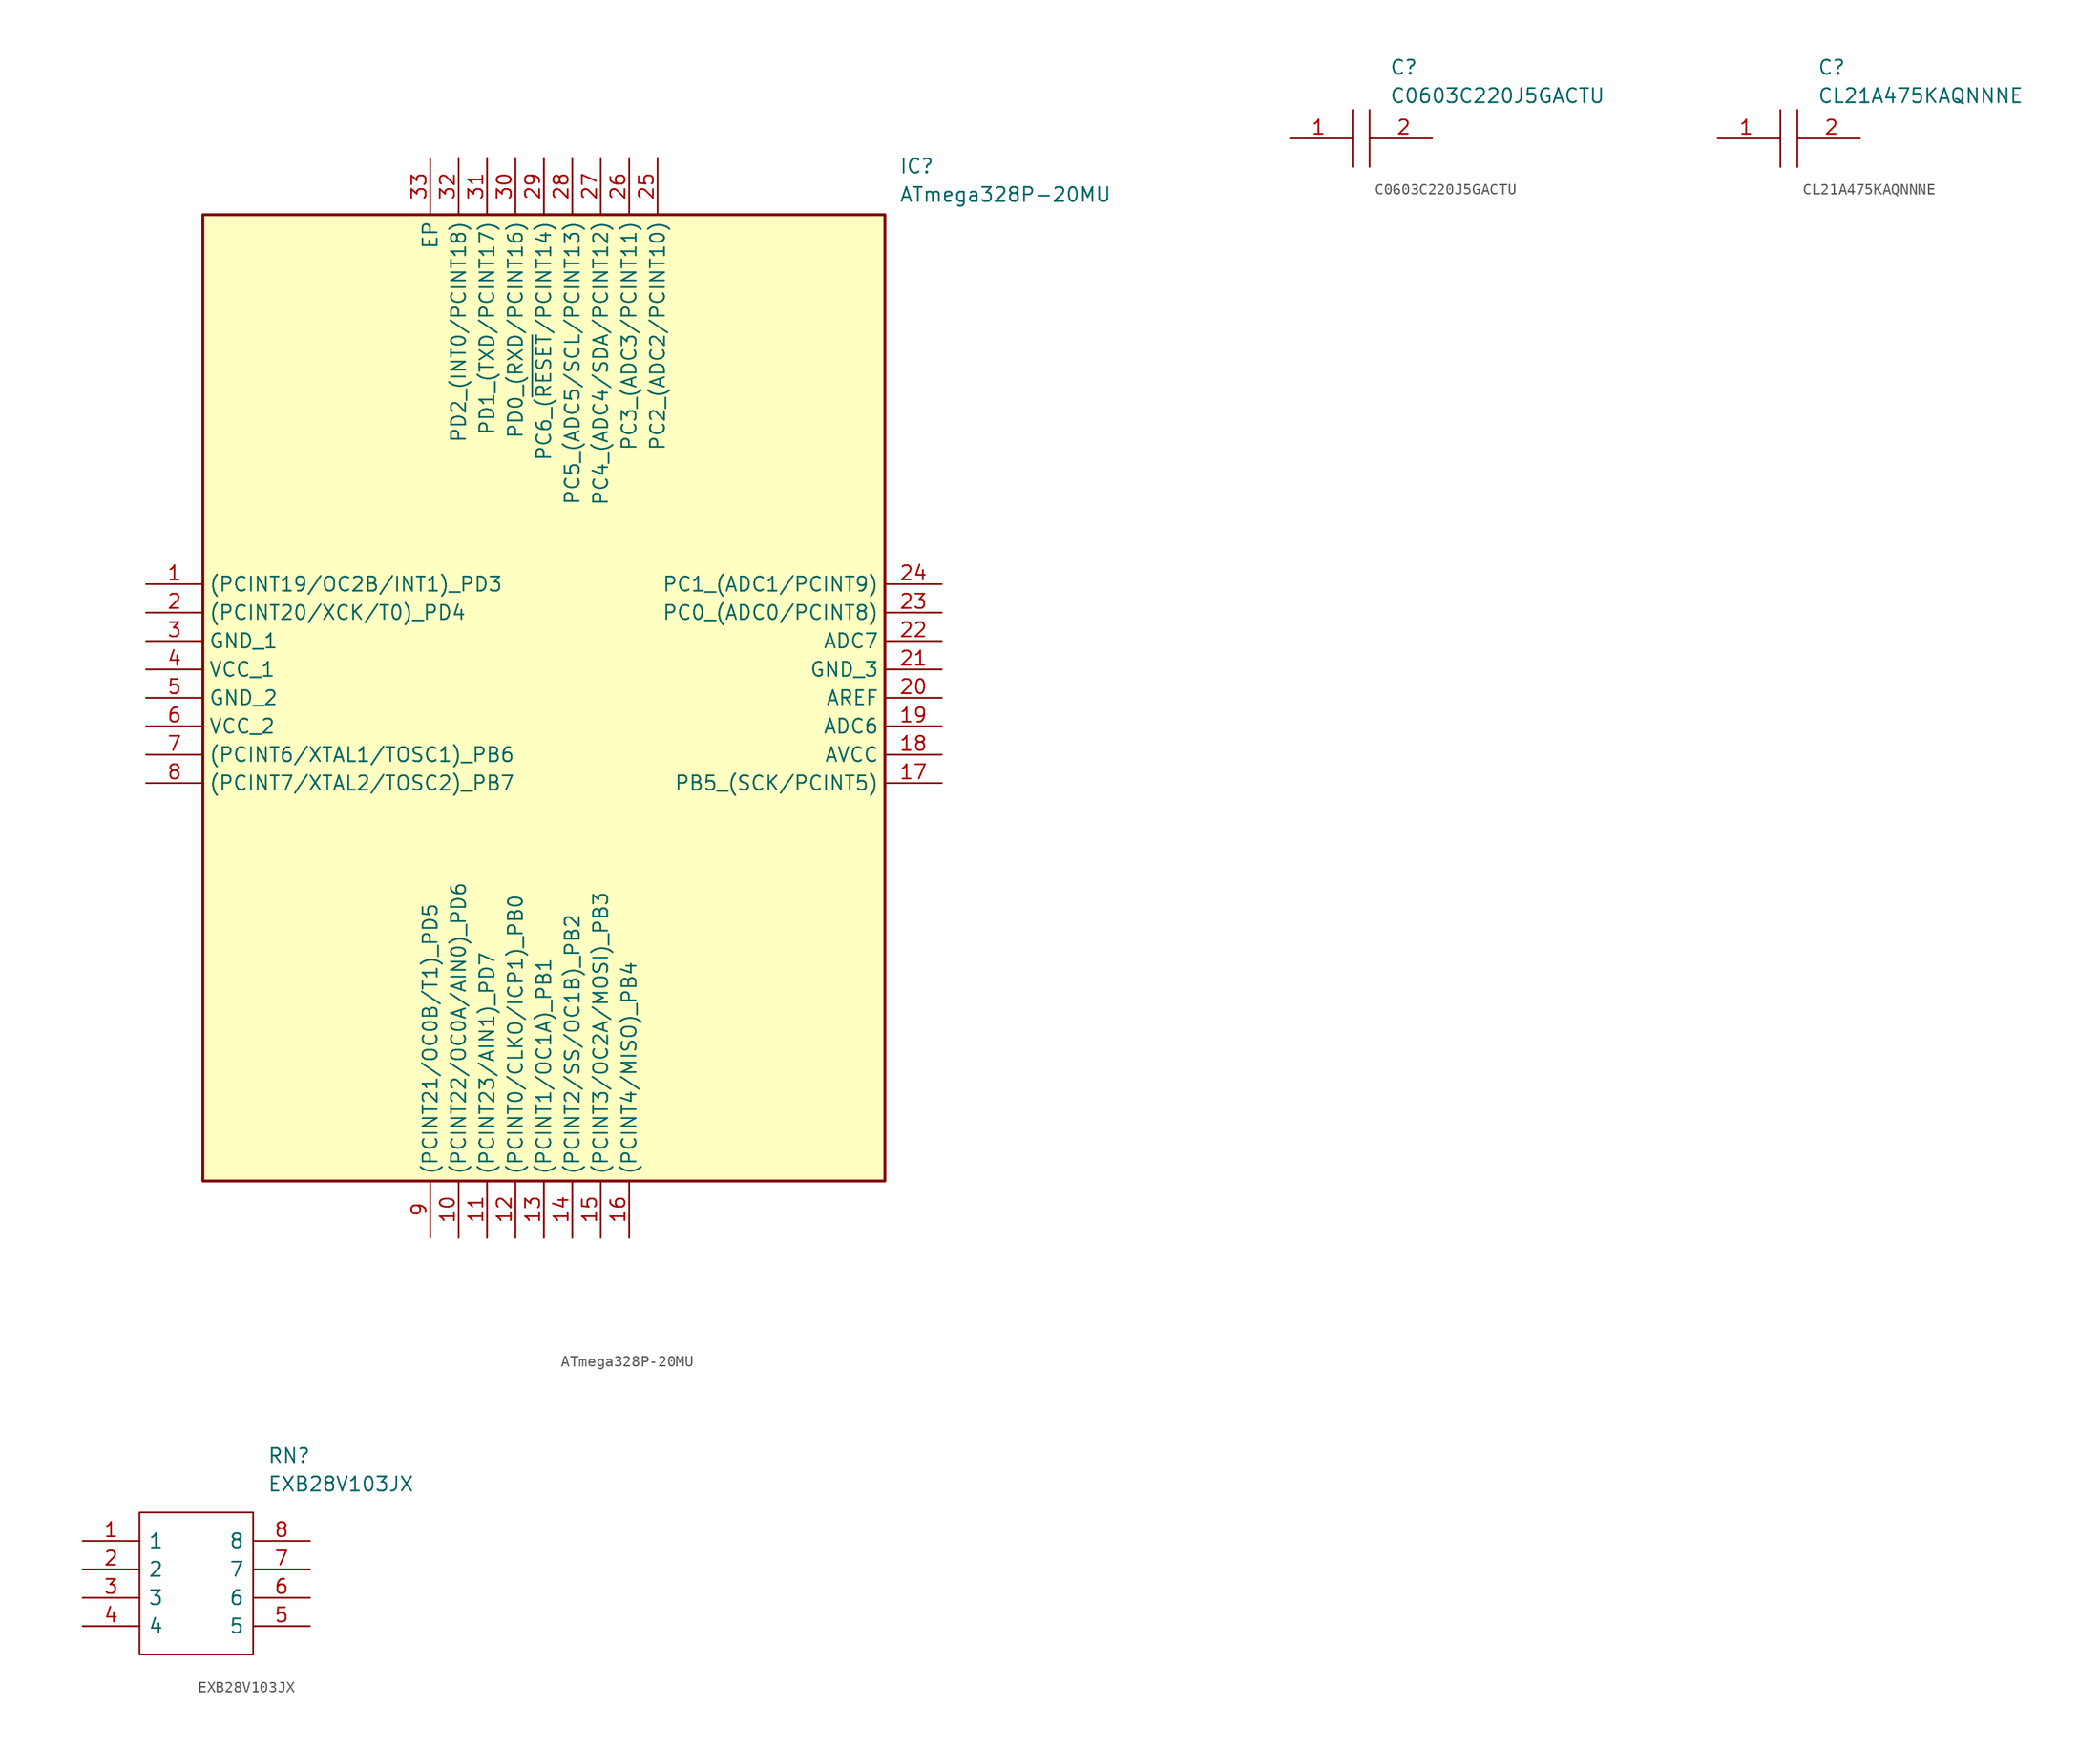
<source format=kicad_sym>
(kicad_symbol_lib
  (version 20241209)
  (generator "kicad_symbol_editor")
  (generator_version "9.0")
  (symbol "ATmega328P-20MU"
    (property "Reference" "IC"
      (at 67.31 38.1 0)
      (effects (font (size 1.27 1.27)) (justify left top)))
    (property "Value" "ATmega328P-20MU"
      (at 67.31 35.56 0)
      (effects (font (size 1.27 1.27)) (justify left top)))
    (symbol "ATmega328P-20MU_1_1"
      (rectangle (start 5.08 33.02) (end 66.04 -53.34) (stroke (width 0.254) (type default)) (fill (type background)))
      (pin passive line (at 0 0 0) (length 5.08) (name "(PCINT19/OC2B/INT1)_PD3" (effects (font (size 1.27 1.27)))) (number "1" (effects (font (size 1.27 1.27)))))
      (pin passive line (at 0 -2.54 0) (length 5.08) (name "(PCINT20/XCK/T0)_PD4" (effects (font (size 1.27 1.27)))) (number "2" (effects (font (size 1.27 1.27)))))
      (pin passive line (at 0 -5.08 0) (length 5.08) (name "GND_1" (effects (font (size 1.27 1.27)))) (number "3" (effects (font (size 1.27 1.27)))))
      (pin passive line (at 0 -7.62 0) (length 5.08) (name "VCC_1" (effects (font (size 1.27 1.27)))) (number "4" (effects (font (size 1.27 1.27)))))
      (pin passive line (at 0 -10.16 0) (length 5.08) (name "GND_2" (effects (font (size 1.27 1.27)))) (number "5" (effects (font (size 1.27 1.27)))))
      (pin passive line (at 0 -12.7 0) (length 5.08) (name "VCC_2" (effects (font (size 1.27 1.27)))) (number "6" (effects (font (size 1.27 1.27)))))
      (pin passive line (at 0 -15.24 0) (length 5.08) (name "(PCINT6/XTAL1/TOSC1)_PB6" (effects (font (size 1.27 1.27)))) (number "7" (effects (font (size 1.27 1.27)))))
      (pin passive line (at 0 -17.78 0) (length 5.08) (name "(PCINT7/XTAL2/TOSC2)_PB7" (effects (font (size 1.27 1.27)))) (number "8" (effects (font (size 1.27 1.27)))))
      (pin passive line (at 25.4 38.1 270) (length 5.08) (name "EP" (effects (font (size 1.27 1.27)))) (number "33" (effects (font (size 1.27 1.27)))))
      (pin passive line (at 25.4 -58.42 90) (length 5.08) (name "(PCINT21/OC0B/T1)_PD5" (effects (font (size 1.27 1.27)))) (number "9" (effects (font (size 1.27 1.27)))))
      (pin passive line (at 27.94 38.1 270) (length 5.08) (name "PD2_(INT0/PCINT18)" (effects (font (size 1.27 1.27)))) (number "32" (effects (font (size 1.27 1.27)))))
      (pin passive line (at 27.94 -58.42 90) (length 5.08) (name "(PCINT22/OC0A/AIN0)_PD6" (effects (font (size 1.27 1.27)))) (number "10" (effects (font (size 1.27 1.27)))))
      (pin passive line (at 30.48 38.1 270) (length 5.08) (name "PD1_(TXD/PCINT17)" (effects (font (size 1.27 1.27)))) (number "31" (effects (font (size 1.27 1.27)))))
      (pin passive line (at 30.48 -58.42 90) (length 5.08) (name "(PCINT23/AIN1)_PD7" (effects (font (size 1.27 1.27)))) (number "11" (effects (font (size 1.27 1.27)))))
      (pin passive line (at 33.02 38.1 270) (length 5.08) (name "PD0_(RXD/PCINT16)" (effects (font (size 1.27 1.27)))) (number "30" (effects (font (size 1.27 1.27)))))
      (pin passive line (at 33.02 -58.42 90) (length 5.08) (name "(PCINT0/CLKO/ICP1)_PB0" (effects (font (size 1.27 1.27)))) (number "12" (effects (font (size 1.27 1.27)))))
      (pin passive line (at 35.56 38.1 270) (length 5.08) (name "PC6_(~{RESET}/PCINT14)" (effects (font (size 1.27 1.27)))) (number "29" (effects (font (size 1.27 1.27)))))
      (pin passive line (at 35.56 -58.42 90) (length 5.08) (name "(PCINT1/OC1A)_PB1" (effects (font (size 1.27 1.27)))) (number "13" (effects (font (size 1.27 1.27)))))
      (pin passive line (at 38.1 38.1 270) (length 5.08) (name "PC5_(ADC5/SCL/PCINT13)" (effects (font (size 1.27 1.27)))) (number "28" (effects (font (size 1.27 1.27)))))
      (pin passive line (at 38.1 -58.42 90) (length 5.08) (name "(PCINT2/SS/OC1B)_PB2" (effects (font (size 1.27 1.27)))) (number "14" (effects (font (size 1.27 1.27)))))
      (pin passive line (at 40.64 38.1 270) (length 5.08) (name "PC4_(ADC4/SDA/PCINT12)" (effects (font (size 1.27 1.27)))) (number "27" (effects (font (size 1.27 1.27)))))
      (pin passive line (at 40.64 -58.42 90) (length 5.08) (name "(PCINT3/OC2A/MOSI)_PB3" (effects (font (size 1.27 1.27)))) (number "15" (effects (font (size 1.27 1.27)))))
      (pin passive line (at 43.18 38.1 270) (length 5.08) (name "PC3_(ADC3/PCINT11)" (effects (font (size 1.27 1.27)))) (number "26" (effects (font (size 1.27 1.27)))))
      (pin passive line (at 43.18 -58.42 90) (length 5.08) (name "(PCINT4/MISO)_PB4" (effects (font (size 1.27 1.27)))) (number "16" (effects (font (size 1.27 1.27)))))
      (pin passive line (at 45.72 38.1 270) (length 5.08) (name "PC2_(ADC2/PCINT10)" (effects (font (size 1.27 1.27)))) (number "25" (effects (font (size 1.27 1.27)))))
      (pin passive line (at 71.12 0 180) (length 5.08) (name "PC1_(ADC1/PCINT9)" (effects (font (size 1.27 1.27)))) (number "24" (effects (font (size 1.27 1.27)))))
      (pin passive line (at 71.12 -2.54 180) (length 5.08) (name "PC0_(ADC0/PCINT8)" (effects (font (size 1.27 1.27)))) (number "23" (effects (font (size 1.27 1.27)))))
      (pin passive line (at 71.12 -5.08 180) (length 5.08) (name "ADC7" (effects (font (size 1.27 1.27)))) (number "22" (effects (font (size 1.27 1.27)))))
      (pin passive line (at 71.12 -7.62 180) (length 5.08) (name "GND_3" (effects (font (size 1.27 1.27)))) (number "21" (effects (font (size 1.27 1.27)))))
      (pin passive line (at 71.12 -10.16 180) (length 5.08) (name "AREF" (effects (font (size 1.27 1.27)))) (number "20" (effects (font (size 1.27 1.27)))))
      (pin passive line (at 71.12 -12.7 180) (length 5.08) (name "ADC6" (effects (font (size 1.27 1.27)))) (number "19" (effects (font (size 1.27 1.27)))))
      (pin passive line (at 71.12 -15.24 180) (length 5.08) (name "AVCC" (effects (font (size 1.27 1.27)))) (number "18" (effects (font (size 1.27 1.27)))))
      (pin passive line (at 71.12 -17.78 180) (length 5.08) (name "PB5_(SCK/PCINT5)" (effects (font (size 1.27 1.27)))) (number "17" (effects (font (size 1.27 1.27)))))))
  (symbol "C0603C220J5GACTU"
    (pin_names
      (offset 0.762))
    (property "Reference" "C"
      (at 8.89 6.35 0)
      (effects (font (size 1.27 1.27)) (justify left)))
    (property "Value" "C0603C220J5GACTU"
      (at 8.89 3.81 0)
      (effects (font (size 1.27 1.27)) (justify left)))
    (symbol "C0603C220J5GACTU_0_0"
      (pin passive line (at 0 0 0) (length 5.08) (name "~" (effects (font (size 1.27 1.27)))) (number "1" (effects (font (size 1.27 1.27)))))
      (pin passive line (at 12.7 0 180) (length 5.08) (name "~" (effects (font (size 1.27 1.27)))) (number "2" (effects (font (size 1.27 1.27))))))
    (symbol "C0603C220J5GACTU_0_1"
      (polyline (pts (xy 5.08 0) (xy 5.588 0)) (stroke (width 0.152) (type solid)) (fill (type none)))
      (polyline (pts (xy 5.588 2.54) (xy 5.588 -2.54)) (stroke (width 0.152) (type solid)) (fill (type none)))
      (polyline (pts (xy 7.112 2.54) (xy 7.112 -2.54)) (stroke (width 0.152) (type solid)) (fill (type none)))
      (polyline (pts (xy 7.112 0) (xy 7.62 0)) (stroke (width 0.152) (type solid)) (fill (type none)))))
  (symbol "CL21A475KAQNNNE"
    (pin_names
      (offset 0.762))
    (property "Reference" "C"
      (at 8.89 6.35 0)
      (effects (font (size 1.27 1.27)) (justify left)))
    (property "Value" "CL21A475KAQNNNE"
      (at 8.89 3.81 0)
      (effects (font (size 1.27 1.27)) (justify left)))
    (symbol "CL21A475KAQNNNE_0_0"
      (pin passive line (at 0 0 0) (length 5.08) (name "~" (effects (font (size 1.27 1.27)))) (number "1" (effects (font (size 1.27 1.27)))))
      (pin passive line (at 12.7 0 180) (length 5.08) (name "~" (effects (font (size 1.27 1.27)))) (number "2" (effects (font (size 1.27 1.27))))))
    (symbol "CL21A475KAQNNNE_0_1"
      (polyline (pts (xy 5.08 0) (xy 5.588 0)) (stroke (width 0.152) (type solid)) (fill (type none)))
      (polyline (pts (xy 5.588 2.54) (xy 5.588 -2.54)) (stroke (width 0.152) (type solid)) (fill (type none)))
      (polyline (pts (xy 7.112 2.54) (xy 7.112 -2.54)) (stroke (width 0.152) (type solid)) (fill (type none)))
      (polyline (pts (xy 7.112 0) (xy 7.62 0)) (stroke (width 0.152) (type solid)) (fill (type none)))))
  (symbol "EXB28V103JX"
    (pin_names
      (offset 0.762))
    (property "Reference" "RN"
      (at 16.51 7.62 0)
      (effects (font (size 1.27 1.27)) (justify left)))
    (property "Value" "EXB28V103JX"
      (at 16.51 5.08 0)
      (effects (font (size 1.27 1.27)) (justify left)))
    (symbol "EXB28V103JX_0_0"
      (pin passive line (at 0 0 0) (length 5.08) (name "1" (effects (font (size 1.27 1.27)))) (number "1" (effects (font (size 1.27 1.27)))))
      (pin passive line (at 0 -2.54 0) (length 5.08) (name "2" (effects (font (size 1.27 1.27)))) (number "2" (effects (font (size 1.27 1.27)))))
      (pin passive line (at 0 -5.08 0) (length 5.08) (name "3" (effects (font (size 1.27 1.27)))) (number "3" (effects (font (size 1.27 1.27)))))
      (pin passive line (at 0 -7.62 0) (length 5.08) (name "4" (effects (font (size 1.27 1.27)))) (number "4" (effects (font (size 1.27 1.27)))))
      (pin passive line (at 20.32 0 180) (length 5.08) (name "8" (effects (font (size 1.27 1.27)))) (number "8" (effects (font (size 1.27 1.27)))))
      (pin passive line (at 20.32 -2.54 180) (length 5.08) (name "7" (effects (font (size 1.27 1.27)))) (number "7" (effects (font (size 1.27 1.27)))))
      (pin passive line (at 20.32 -5.08 180) (length 5.08) (name "6" (effects (font (size 1.27 1.27)))) (number "6" (effects (font (size 1.27 1.27)))))
      (pin passive line (at 20.32 -7.62 180) (length 5.08) (name "5" (effects (font (size 1.27 1.27)))) (number "5" (effects (font (size 1.27 1.27))))))
    (symbol "EXB28V103JX_0_1"
      (polyline (pts (xy 5.08 2.54) (xy 15.24 2.54) (xy 15.24 -10.16) (xy 5.08 -10.16) (xy 5.08 2.54)) (stroke (width 0.152) (type solid)) (fill (type none))))))
</source>
